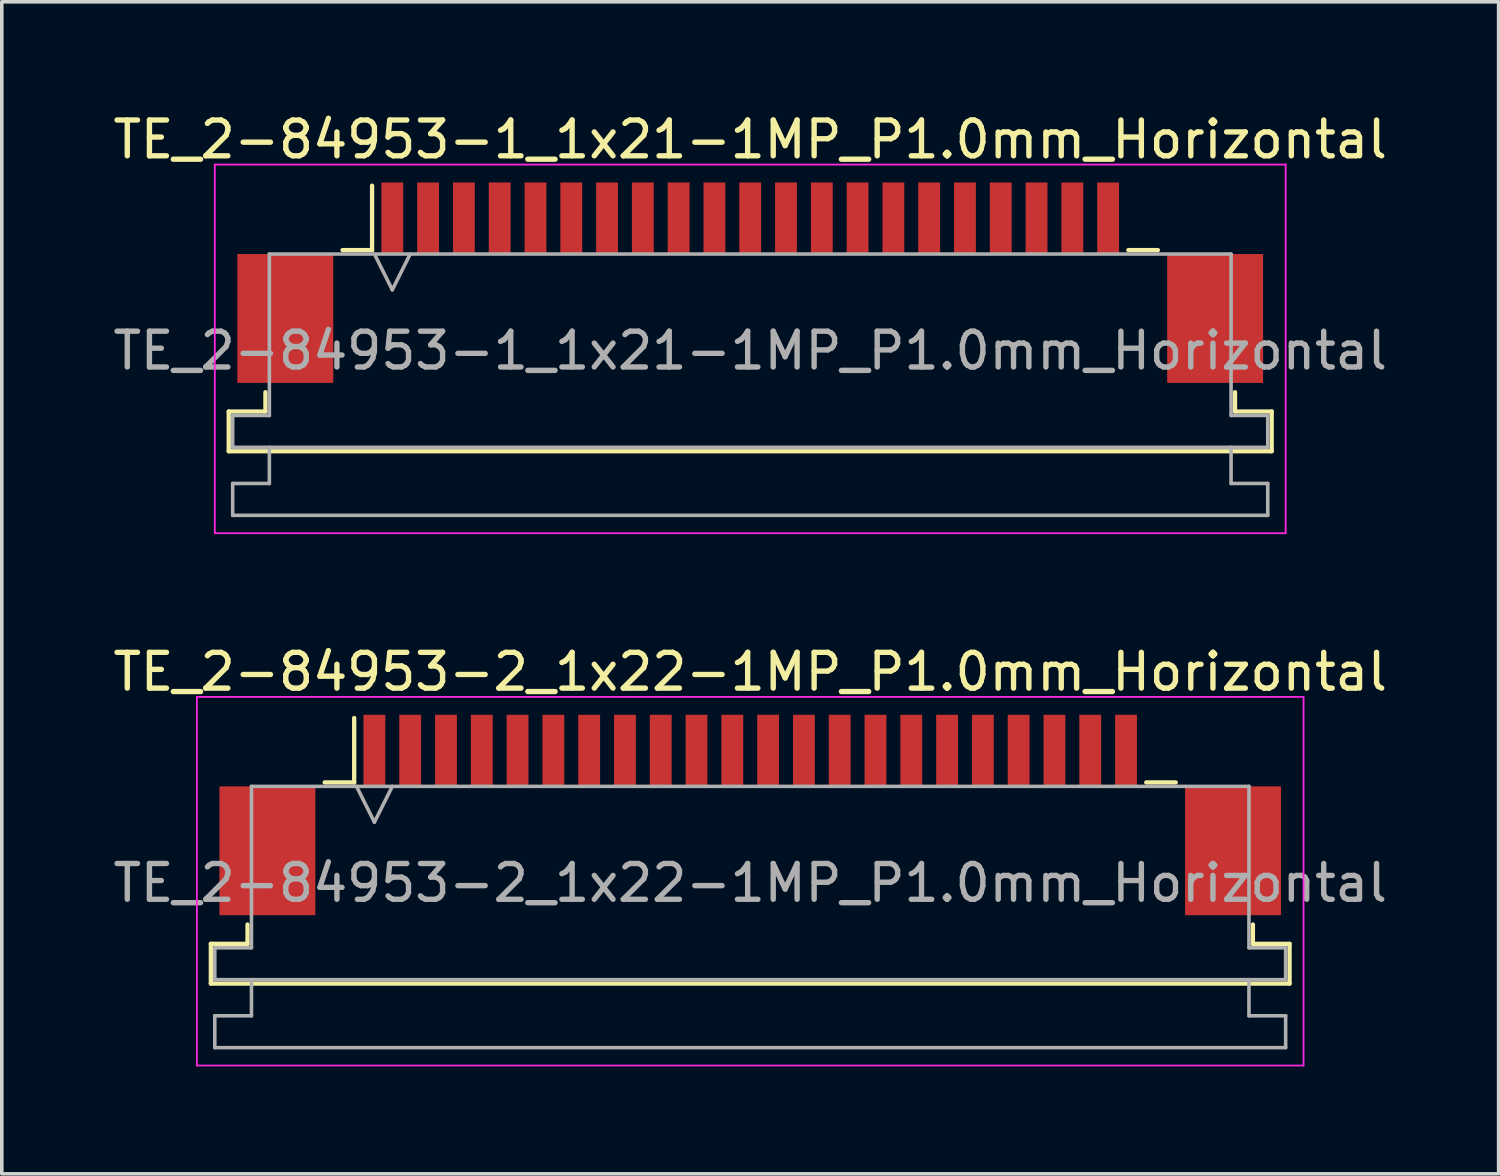
<source format=kicad_pcb>
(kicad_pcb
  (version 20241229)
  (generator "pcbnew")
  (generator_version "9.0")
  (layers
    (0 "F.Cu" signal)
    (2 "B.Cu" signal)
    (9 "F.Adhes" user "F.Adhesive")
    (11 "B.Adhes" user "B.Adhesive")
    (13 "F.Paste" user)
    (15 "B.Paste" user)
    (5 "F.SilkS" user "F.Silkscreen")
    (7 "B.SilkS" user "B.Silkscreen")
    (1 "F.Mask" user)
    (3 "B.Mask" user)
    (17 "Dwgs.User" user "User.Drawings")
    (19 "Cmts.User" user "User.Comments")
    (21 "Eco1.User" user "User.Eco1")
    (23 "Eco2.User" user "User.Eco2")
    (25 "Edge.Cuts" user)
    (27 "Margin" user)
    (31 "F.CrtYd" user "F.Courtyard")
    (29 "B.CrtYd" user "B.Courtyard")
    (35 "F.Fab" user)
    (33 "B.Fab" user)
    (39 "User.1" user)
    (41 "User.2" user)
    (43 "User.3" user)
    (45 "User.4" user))
  (footprint "TE_2-84953-2_1x22-1MP_P1.0mm_Horizontal"
    (layer "F.Cu")
    (at 17.911 19.721)
    (property "Reference" "TE_2-84953-2_1x22-1MP_P1.0mm_Horizontal" (at 0 -4 0) (layer "F.SilkS") (effects (font (size 1 1) (thickness 0.15))))
    (attr smd)
    (fp_line (start -15.07 3.6) (end -14.045 3.6) (stroke (width 0.12) (type solid)) (layer "F.SilkS"))
    (fp_line (start -15.07 4.71) (end -15.07 3.6) (stroke (width 0.12) (type solid)) (layer "F.SilkS"))
    (fp_line (start -14.045 3.6) (end -14.045 3.06) (stroke (width 0.12) (type solid)) (layer "F.SilkS"))
    (fp_line (start -11.89 -0.91) (end -11.065 -0.91) (stroke (width 0.12) (type solid)) (layer "F.SilkS"))
    (fp_line (start -11.065 -0.91) (end -11.065 -2.71) (stroke (width 0.12) (type solid)) (layer "F.SilkS"))
    (fp_line (start 11.065 -0.91) (end 11.89 -0.91) (stroke (width 0.12) (type solid)) (layer "F.SilkS"))
    (fp_line (start 14.045 3.06) (end 14.045 3.6) (stroke (width 0.12) (type solid)) (layer "F.SilkS"))
    (fp_line (start 14.045 3.6) (end 15.07 3.6) (stroke (width 0.12) (type solid)) (layer "F.SilkS"))
    (fp_line (start 15.07 3.6) (end 15.07 4.71) (stroke (width 0.12) (type solid)) (layer "F.SilkS"))
    (fp_line (start 15.07 4.71) (end -15.07 4.71) (stroke (width 0.12) (type solid)) (layer "F.SilkS"))
    (fp_line (start -15.46 -3.3) (end -15.46 7) (stroke (width 0.05) (type solid)) (layer "F.CrtYd"))
    (fp_line (start -15.46 7) (end 15.46 7) (stroke (width 0.05) (type solid)) (layer "F.CrtYd"))
    (fp_line (start 15.46 -3.3) (end -15.46 -3.3) (stroke (width 0.05) (type solid)) (layer "F.CrtYd"))
    (fp_line (start 15.46 7) (end 15.46 -3.3) (stroke (width 0.05) (type solid)) (layer "F.CrtYd"))
    (fp_line (start -14.96 3.71) (end -13.935 3.71) (stroke (width 0.1) (type solid)) (layer "F.Fab"))
    (fp_line (start -14.96 4.6) (end -14.96 3.71) (stroke (width 0.1) (type solid)) (layer "F.Fab"))
    (fp_line (start -14.96 5.61) (end -13.935 5.61) (stroke (width 0.1) (type solid)) (layer "F.Fab"))
    (fp_line (start -14.96 6.5) (end -14.96 5.61) (stroke (width 0.1) (type solid)) (layer "F.Fab"))
    (fp_line (start -13.935 -0.8) (end 13.935 -0.8) (stroke (width 0.1) (type solid)) (layer "F.Fab"))
    (fp_line (start -13.935 3.71) (end -13.935 -0.8) (stroke (width 0.1) (type solid)) (layer "F.Fab"))
    (fp_line (start -13.935 5.61) (end -13.935 4.6) (stroke (width 0.1) (type solid)) (layer "F.Fab"))
    (fp_line (start -11 -0.8) (end -10.5 0.2) (stroke (width 0.1) (type solid)) (layer "F.Fab"))
    (fp_line (start -10.5 0.2) (end -10 -0.8) (stroke (width 0.1) (type solid)) (layer "F.Fab"))
    (fp_line (start 13.935 -0.8) (end 13.935 3.71) (stroke (width 0.1) (type solid)) (layer "F.Fab"))
    (fp_line (start 13.935 3.71) (end 14.96 3.71) (stroke (width 0.1) (type solid)) (layer "F.Fab"))
    (fp_line (start 13.935 4.6) (end 13.935 5.61) (stroke (width 0.1) (type solid)) (layer "F.Fab"))
    (fp_line (start 13.935 5.61) (end 14.96 5.61) (stroke (width 0.1) (type solid)) (layer "F.Fab"))
    (fp_line (start 14.96 3.71) (end 14.96 4.6) (stroke (width 0.1) (type solid)) (layer "F.Fab"))
    (fp_line (start 14.96 4.6) (end -14.96 4.6) (stroke (width 0.1) (type solid)) (layer "F.Fab"))
    (fp_line (start 14.96 5.61) (end 14.96 6.5) (stroke (width 0.1) (type solid)) (layer "F.Fab"))
    (fp_line (start 14.96 6.5) (end -14.96 6.5) (stroke (width 0.1) (type solid)) (layer "F.Fab"))
    (fp_text user "${REFERENCE}" (at 0 1.9 0) (layer "F.Fab") (effects (font (size 1 1) (thickness 0.15))))
    (pad "1" smd rect (at -10.5 -1.8) (size 0.61 2) (layers "F.Cu" "F.Mask" "F.Paste"))
    (pad "2" smd rect (at -9.5 -1.8) (size 0.61 2) (layers "F.Cu" "F.Mask" "F.Paste"))
    (pad "3" smd rect (at -8.5 -1.8) (size 0.61 2) (layers "F.Cu" "F.Mask" "F.Paste"))
    (pad "4" smd rect (at -7.5 -1.8) (size 0.61 2) (layers "F.Cu" "F.Mask" "F.Paste"))
    (pad "5" smd rect (at -6.5 -1.8) (size 0.61 2) (layers "F.Cu" "F.Mask" "F.Paste"))
    (pad "6" smd rect (at -5.5 -1.8) (size 0.61 2) (layers "F.Cu" "F.Mask" "F.Paste"))
    (pad "7" smd rect (at -4.5 -1.8) (size 0.61 2) (layers "F.Cu" "F.Mask" "F.Paste"))
    (pad "8" smd rect (at -3.5 -1.8) (size 0.61 2) (layers "F.Cu" "F.Mask" "F.Paste"))
    (pad "9" smd rect (at -2.5 -1.8) (size 0.61 2) (layers "F.Cu" "F.Mask" "F.Paste"))
    (pad "10" smd rect (at -1.5 -1.8) (size 0.61 2) (layers "F.Cu" "F.Mask" "F.Paste"))
    (pad "11" smd rect (at -0.5 -1.8) (size 0.61 2) (layers "F.Cu" "F.Mask" "F.Paste"))
    (pad "12" smd rect (at 0.5 -1.8) (size 0.61 2) (layers "F.Cu" "F.Mask" "F.Paste"))
    (pad "13" smd rect (at 1.5 -1.8) (size 0.61 2) (layers "F.Cu" "F.Mask" "F.Paste"))
    (pad "14" smd rect (at 2.5 -1.8) (size 0.61 2) (layers "F.Cu" "F.Mask" "F.Paste"))
    (pad "15" smd rect (at 3.5 -1.8) (size 0.61 2) (layers "F.Cu" "F.Mask" "F.Paste"))
    (pad "16" smd rect (at 4.5 -1.8) (size 0.61 2) (layers "F.Cu" "F.Mask" "F.Paste"))
    (pad "17" smd rect (at 5.5 -1.8) (size 0.61 2) (layers "F.Cu" "F.Mask" "F.Paste"))
    (pad "18" smd rect (at 6.5 -1.8) (size 0.61 2) (layers "F.Cu" "F.Mask" "F.Paste"))
    (pad "19" smd rect (at 7.5 -1.8) (size 0.61 2) (layers "F.Cu" "F.Mask" "F.Paste"))
    (pad "20" smd rect (at 8.5 -1.8) (size 0.61 2) (layers "F.Cu" "F.Mask" "F.Paste"))
    (pad "21" smd rect (at 9.5 -1.8) (size 0.61 2) (layers "F.Cu" "F.Mask" "F.Paste"))
    (pad "22" smd rect (at 10.5 -1.8) (size 0.61 2) (layers "F.Cu" "F.Mask" "F.Paste"))
    (pad "MP" smd rect (at -13.49 1) (size 2.68 3.6) (layers "F.Cu" "F.Mask" "F.Paste"))
    (pad "MP" smd rect (at 13.49 1) (size 2.68 3.6) (layers "F.Cu" "F.Mask" "F.Paste")))
  (footprint "TE_2-84953-1_1x21-1MP_P1.0mm_Horizontal"
    (layer "F.Cu")
    (at 17.911 4.848)
    (property "Reference" "TE_2-84953-1_1x21-1MP_P1.0mm_Horizontal" (at 0 -4 0) (layer "F.SilkS") (effects (font (size 1 1) (thickness 0.15))))
    (attr smd)
    (fp_line (start -14.57 3.6) (end -13.545 3.6) (stroke (width 0.12) (type solid)) (layer "F.SilkS"))
    (fp_line (start -14.57 4.71) (end -14.57 3.6) (stroke (width 0.12) (type solid)) (layer "F.SilkS"))
    (fp_line (start -13.545 3.6) (end -13.545 3.06) (stroke (width 0.12) (type solid)) (layer "F.SilkS"))
    (fp_line (start -11.39 -0.91) (end -10.565 -0.91) (stroke (width 0.12) (type solid)) (layer "F.SilkS"))
    (fp_line (start -10.565 -0.91) (end -10.565 -2.71) (stroke (width 0.12) (type solid)) (layer "F.SilkS"))
    (fp_line (start 10.565 -0.91) (end 11.39 -0.91) (stroke (width 0.12) (type solid)) (layer "F.SilkS"))
    (fp_line (start 13.545 3.06) (end 13.545 3.6) (stroke (width 0.12) (type solid)) (layer "F.SilkS"))
    (fp_line (start 13.545 3.6) (end 14.57 3.6) (stroke (width 0.12) (type solid)) (layer "F.SilkS"))
    (fp_line (start 14.57 3.6) (end 14.57 4.71) (stroke (width 0.12) (type solid)) (layer "F.SilkS"))
    (fp_line (start 14.57 4.71) (end -14.57 4.71) (stroke (width 0.12) (type solid)) (layer "F.SilkS"))
    (fp_line (start -14.96 -3.3) (end -14.96 7) (stroke (width 0.05) (type solid)) (layer "F.CrtYd"))
    (fp_line (start -14.96 7) (end 14.96 7) (stroke (width 0.05) (type solid)) (layer "F.CrtYd"))
    (fp_line (start 14.96 -3.3) (end -14.96 -3.3) (stroke (width 0.05) (type solid)) (layer "F.CrtYd"))
    (fp_line (start 14.96 7) (end 14.96 -3.3) (stroke (width 0.05) (type solid)) (layer "F.CrtYd"))
    (fp_line (start -14.46 3.71) (end -13.435 3.71) (stroke (width 0.1) (type solid)) (layer "F.Fab"))
    (fp_line (start -14.46 4.6) (end -14.46 3.71) (stroke (width 0.1) (type solid)) (layer "F.Fab"))
    (fp_line (start -14.46 5.61) (end -13.435 5.61) (stroke (width 0.1) (type solid)) (layer "F.Fab"))
    (fp_line (start -14.46 6.5) (end -14.46 5.61) (stroke (width 0.1) (type solid)) (layer "F.Fab"))
    (fp_line (start -13.435 -0.8) (end 13.435 -0.8) (stroke (width 0.1) (type solid)) (layer "F.Fab"))
    (fp_line (start -13.435 3.71) (end -13.435 -0.8) (stroke (width 0.1) (type solid)) (layer "F.Fab"))
    (fp_line (start -13.435 5.61) (end -13.435 4.6) (stroke (width 0.1) (type solid)) (layer "F.Fab"))
    (fp_line (start -10.5 -0.8) (end -10 0.2) (stroke (width 0.1) (type solid)) (layer "F.Fab"))
    (fp_line (start -10 0.2) (end -9.5 -0.8) (stroke (width 0.1) (type solid)) (layer "F.Fab"))
    (fp_line (start 13.435 -0.8) (end 13.435 3.71) (stroke (width 0.1) (type solid)) (layer "F.Fab"))
    (fp_line (start 13.435 3.71) (end 14.46 3.71) (stroke (width 0.1) (type solid)) (layer "F.Fab"))
    (fp_line (start 13.435 4.6) (end 13.435 5.61) (stroke (width 0.1) (type solid)) (layer "F.Fab"))
    (fp_line (start 13.435 5.61) (end 14.46 5.61) (stroke (width 0.1) (type solid)) (layer "F.Fab"))
    (fp_line (start 14.46 3.71) (end 14.46 4.6) (stroke (width 0.1) (type solid)) (layer "F.Fab"))
    (fp_line (start 14.46 4.6) (end -14.46 4.6) (stroke (width 0.1) (type solid)) (layer "F.Fab"))
    (fp_line (start 14.46 5.61) (end 14.46 6.5) (stroke (width 0.1) (type solid)) (layer "F.Fab"))
    (fp_line (start 14.46 6.5) (end -14.46 6.5) (stroke (width 0.1) (type solid)) (layer "F.Fab"))
    (fp_text user "${REFERENCE}" (at 0 1.9 0) (layer "F.Fab") (effects (font (size 1 1) (thickness 0.15))))
    (pad "1" smd rect (at -10 -1.8) (size 0.61 2) (layers "F.Cu" "F.Mask" "F.Paste"))
    (pad "2" smd rect (at -9 -1.8) (size 0.61 2) (layers "F.Cu" "F.Mask" "F.Paste"))
    (pad "3" smd rect (at -8 -1.8) (size 0.61 2) (layers "F.Cu" "F.Mask" "F.Paste"))
    (pad "4" smd rect (at -7 -1.8) (size 0.61 2) (layers "F.Cu" "F.Mask" "F.Paste"))
    (pad "5" smd rect (at -6 -1.8) (size 0.61 2) (layers "F.Cu" "F.Mask" "F.Paste"))
    (pad "6" smd rect (at -5 -1.8) (size 0.61 2) (layers "F.Cu" "F.Mask" "F.Paste"))
    (pad "7" smd rect (at -4 -1.8) (size 0.61 2) (layers "F.Cu" "F.Mask" "F.Paste"))
    (pad "8" smd rect (at -3 -1.8) (size 0.61 2) (layers "F.Cu" "F.Mask" "F.Paste"))
    (pad "9" smd rect (at -2 -1.8) (size 0.61 2) (layers "F.Cu" "F.Mask" "F.Paste"))
    (pad "10" smd rect (at -1 -1.8) (size 0.61 2) (layers "F.Cu" "F.Mask" "F.Paste"))
    (pad "11" smd rect (at 0 -1.8) (size 0.61 2) (layers "F.Cu" "F.Mask" "F.Paste"))
    (pad "12" smd rect (at 1 -1.8) (size 0.61 2) (layers "F.Cu" "F.Mask" "F.Paste"))
    (pad "13" smd rect (at 2 -1.8) (size 0.61 2) (layers "F.Cu" "F.Mask" "F.Paste"))
    (pad "14" smd rect (at 3 -1.8) (size 0.61 2) (layers "F.Cu" "F.Mask" "F.Paste"))
    (pad "15" smd rect (at 4 -1.8) (size 0.61 2) (layers "F.Cu" "F.Mask" "F.Paste"))
    (pad "16" smd rect (at 5 -1.8) (size 0.61 2) (layers "F.Cu" "F.Mask" "F.Paste"))
    (pad "17" smd rect (at 6 -1.8) (size 0.61 2) (layers "F.Cu" "F.Mask" "F.Paste"))
    (pad "18" smd rect (at 7 -1.8) (size 0.61 2) (layers "F.Cu" "F.Mask" "F.Paste"))
    (pad "19" smd rect (at 8 -1.8) (size 0.61 2) (layers "F.Cu" "F.Mask" "F.Paste"))
    (pad "20" smd rect (at 9 -1.8) (size 0.61 2) (layers "F.Cu" "F.Mask" "F.Paste"))
    (pad "21" smd rect (at 10 -1.8) (size 0.61 2) (layers "F.Cu" "F.Mask" "F.Paste"))
    (pad "MP" smd rect (at -12.99 1) (size 2.68 3.6) (layers "F.Cu" "F.Mask" "F.Paste"))
    (pad "MP" smd rect (at 12.99 1) (size 2.68 3.6) (layers "F.Cu" "F.Mask" "F.Paste")))
  (gr_rect
    (start -3 -3)
    (end 38.821 29.747)
    (stroke (width 0.1) (type default))
    (fill no)
    (layer "Edge.Cuts")))
</source>
